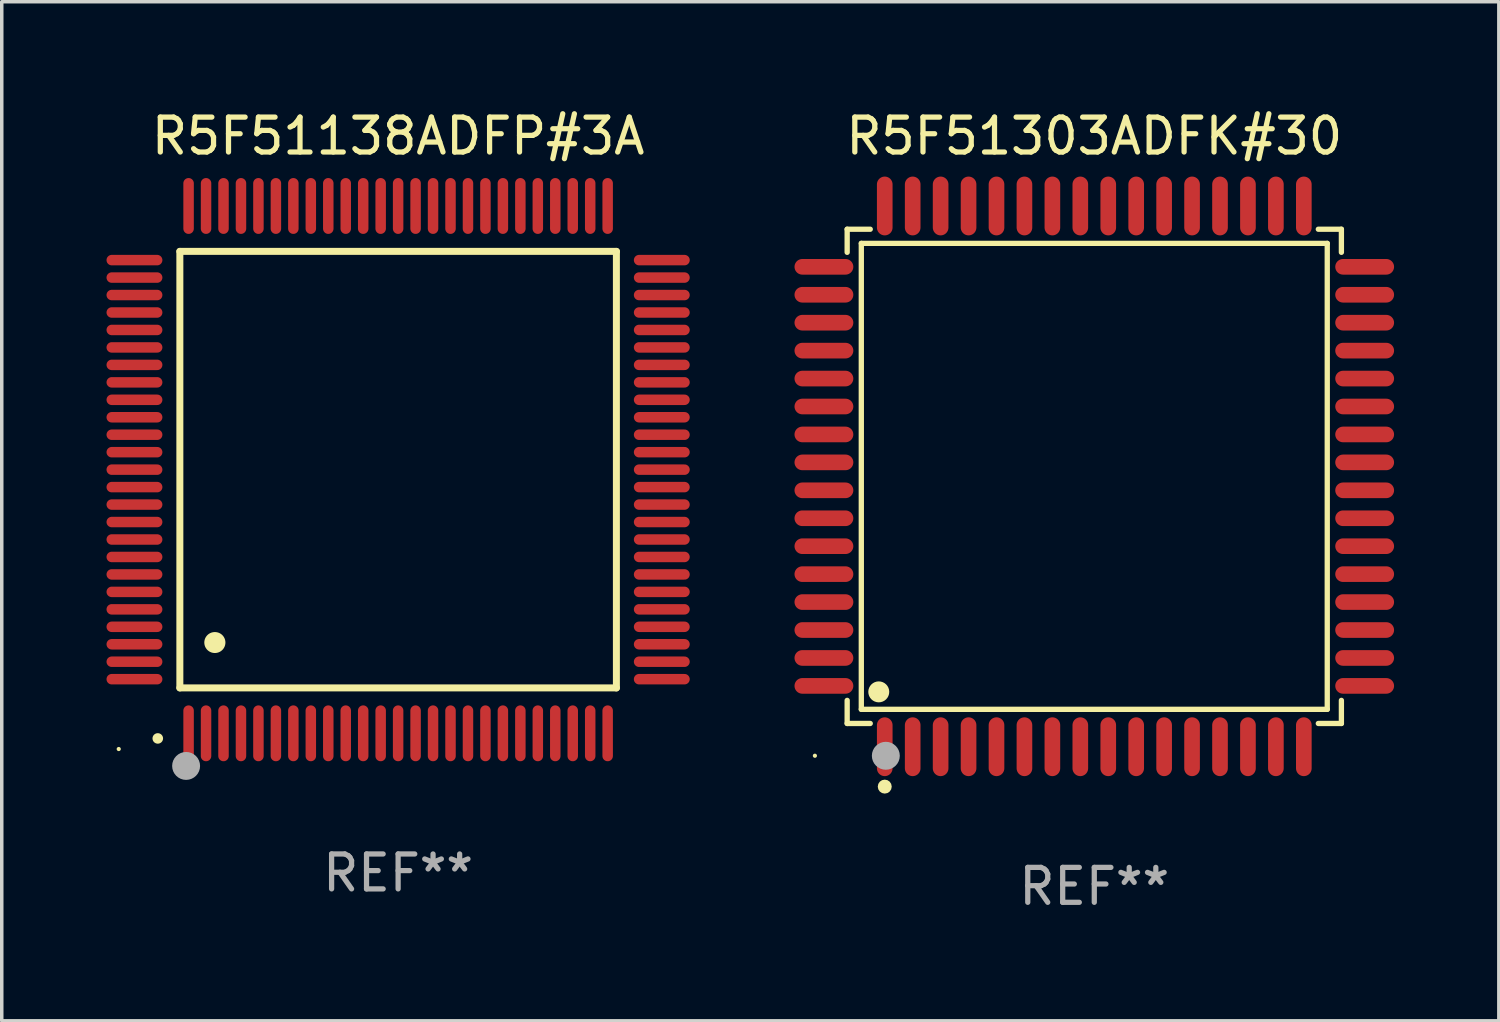
<source format=kicad_pcb>
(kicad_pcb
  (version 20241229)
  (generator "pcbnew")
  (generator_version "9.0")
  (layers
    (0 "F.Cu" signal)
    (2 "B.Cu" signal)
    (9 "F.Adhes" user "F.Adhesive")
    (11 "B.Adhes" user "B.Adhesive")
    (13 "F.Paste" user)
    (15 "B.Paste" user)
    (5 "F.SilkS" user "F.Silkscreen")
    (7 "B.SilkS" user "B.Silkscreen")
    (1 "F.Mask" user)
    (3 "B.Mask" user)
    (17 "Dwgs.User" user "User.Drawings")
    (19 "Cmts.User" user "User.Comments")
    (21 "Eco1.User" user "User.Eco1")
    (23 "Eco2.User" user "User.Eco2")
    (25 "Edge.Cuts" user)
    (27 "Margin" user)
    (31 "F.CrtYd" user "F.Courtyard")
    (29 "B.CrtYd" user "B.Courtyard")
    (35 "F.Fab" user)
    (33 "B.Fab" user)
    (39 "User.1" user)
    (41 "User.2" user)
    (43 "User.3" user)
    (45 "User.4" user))
  (footprint "R5F51138ADFP#3A"
    (layer "F.Cu")
    (at 8.35 10.398)
    (property "Reference" "R5F51138ADFP#3A" (at 0 -9.55 0) (layer "F.SilkS") (effects (font (size 1 1) (thickness 0.15))))
    (attr through_hole)
    (fp_line (start -6.25 -6.25) (end -6.25 6.25) (stroke (width 0.2) (type solid)) (layer "F.SilkS"))
    (fp_line (start -6.25 6.25) (end 6.25 6.25) (stroke (width 0.2) (type solid)) (layer "F.SilkS"))
    (fp_line (start 6.25 -6.25) (end -6.25 -6.25) (stroke (width 0.2) (type solid)) (layer "F.SilkS"))
    (fp_line (start 6.25 6.25) (end 6.25 -6.25) (stroke (width 0.2) (type solid)) (layer "F.SilkS"))
    (fp_arc (start -6.883414 7.696215) (mid -6.882144 7.69621) (end -6.880874 7.696215) (stroke (width 0.3) (type solid)) (layer "F.SilkS"))
    (fp_arc (start -5.250191 4.95047) (mid -5.247651 4.950459) (end -5.245111 4.95047) (stroke (width 0.6) (type solid)) (layer "F.SilkS"))
    (fp_circle (center -8 8) (end -7.97 8) (stroke (width 0.06) (type solid)) (fill no) (layer "F.SilkS"))
    (fp_circle (center -6.071 8.484) (end -5.871 8.484) (stroke (width 0.4) (type solid)) (fill no) (layer "F.Fab"))
    (fp_text user "REF**" (at 0 11.55 0) (layer "F.Fab") (effects (font (size 1 1) (thickness 0.15))))
    (pad "1" smd oval (at -6 7.55) (size 0.3 1.6) (layers "F.Cu" "F.Mask" "F.Paste"))
    (pad "2" smd oval (at -5.5 7.55) (size 0.3 1.6) (layers "F.Cu" "F.Mask" "F.Paste"))
    (pad "3" smd oval (at -5 7.55) (size 0.3 1.6) (layers "F.Cu" "F.Mask" "F.Paste"))
    (pad "4" smd oval (at -4.5 7.55) (size 0.3 1.6) (layers "F.Cu" "F.Mask" "F.Paste"))
    (pad "5" smd oval (at -4 7.55) (size 0.3 1.6) (layers "F.Cu" "F.Mask" "F.Paste"))
    (pad "6" smd oval (at -3.5 7.55) (size 0.3 1.6) (layers "F.Cu" "F.Mask" "F.Paste"))
    (pad "7" smd oval (at -3 7.55) (size 0.3 1.6) (layers "F.Cu" "F.Mask" "F.Paste"))
    (pad "8" smd oval (at -2.5 7.55) (size 0.3 1.6) (layers "F.Cu" "F.Mask" "F.Paste"))
    (pad "9" smd oval (at -2 7.55) (size 0.3 1.6) (layers "F.Cu" "F.Mask" "F.Paste"))
    (pad "10" smd oval (at -1.5 7.55) (size 0.3 1.6) (layers "F.Cu" "F.Mask" "F.Paste"))
    (pad "11" smd oval (at -1 7.55) (size 0.3 1.6) (layers "F.Cu" "F.Mask" "F.Paste"))
    (pad "12" smd oval (at -0.5 7.55) (size 0.3 1.6) (layers "F.Cu" "F.Mask" "F.Paste"))
    (pad "13" smd oval (at 0 7.55) (size 0.3 1.6) (layers "F.Cu" "F.Mask" "F.Paste"))
    (pad "14" smd oval (at 0.5 7.55) (size 0.3 1.6) (layers "F.Cu" "F.Mask" "F.Paste"))
    (pad "15" smd oval (at 1 7.55) (size 0.3 1.6) (layers "F.Cu" "F.Mask" "F.Paste"))
    (pad "16" smd oval (at 1.5 7.55) (size 0.3 1.6) (layers "F.Cu" "F.Mask" "F.Paste"))
    (pad "17" smd oval (at 2 7.55) (size 0.3 1.6) (layers "F.Cu" "F.Mask" "F.Paste"))
    (pad "18" smd oval (at 2.5 7.55) (size 0.3 1.6) (layers "F.Cu" "F.Mask" "F.Paste"))
    (pad "19" smd oval (at 3 7.55) (size 0.3 1.6) (layers "F.Cu" "F.Mask" "F.Paste"))
    (pad "20" smd oval (at 3.5 7.55) (size 0.3 1.6) (layers "F.Cu" "F.Mask" "F.Paste"))
    (pad "21" smd oval (at 4 7.55) (size 0.3 1.6) (layers "F.Cu" "F.Mask" "F.Paste"))
    (pad "22" smd oval (at 4.5 7.55) (size 0.3 1.6) (layers "F.Cu" "F.Mask" "F.Paste"))
    (pad "23" smd oval (at 5 7.55) (size 0.3 1.6) (layers "F.Cu" "F.Mask" "F.Paste"))
    (pad "24" smd oval (at 5.5 7.55) (size 0.3 1.6) (layers "F.Cu" "F.Mask" "F.Paste"))
    (pad "25" smd oval (at 6 7.55) (size 0.3 1.6) (layers "F.Cu" "F.Mask" "F.Paste"))
    (pad "26" smd oval (at 7.55 6) (size 1.6 0.3) (layers "F.Cu" "F.Mask" "F.Paste"))
    (pad "27" smd oval (at 7.55 5.5) (size 1.6 0.3) (layers "F.Cu" "F.Mask" "F.Paste"))
    (pad "28" smd oval (at 7.55 5) (size 1.6 0.3) (layers "F.Cu" "F.Mask" "F.Paste"))
    (pad "29" smd oval (at 7.55 4.5) (size 1.6 0.3) (layers "F.Cu" "F.Mask" "F.Paste"))
    (pad "30" smd oval (at 7.55 4) (size 1.6 0.3) (layers "F.Cu" "F.Mask" "F.Paste"))
    (pad "31" smd oval (at 7.55 3.5) (size 1.6 0.3) (layers "F.Cu" "F.Mask" "F.Paste"))
    (pad "32" smd oval (at 7.55 3) (size 1.6 0.3) (layers "F.Cu" "F.Mask" "F.Paste"))
    (pad "33" smd oval (at 7.55 2.5) (size 1.6 0.3) (layers "F.Cu" "F.Mask" "F.Paste"))
    (pad "34" smd oval (at 7.55 2) (size 1.6 0.3) (layers "F.Cu" "F.Mask" "F.Paste"))
    (pad "35" smd oval (at 7.55 1.5) (size 1.6 0.3) (layers "F.Cu" "F.Mask" "F.Paste"))
    (pad "36" smd oval (at 7.55 1) (size 1.6 0.3) (layers "F.Cu" "F.Mask" "F.Paste"))
    (pad "37" smd oval (at 7.55 0.5) (size 1.6 0.3) (layers "F.Cu" "F.Mask" "F.Paste"))
    (pad "38" smd oval (at 7.55 0) (size 1.6 0.3) (layers "F.Cu" "F.Mask" "F.Paste"))
    (pad "39" smd oval (at 7.55 -0.5) (size 1.6 0.3) (layers "F.Cu" "F.Mask" "F.Paste"))
    (pad "40" smd oval (at 7.55 -1) (size 1.6 0.3) (layers "F.Cu" "F.Mask" "F.Paste"))
    (pad "41" smd oval (at 7.55 -1.5) (size 1.6 0.3) (layers "F.Cu" "F.Mask" "F.Paste"))
    (pad "42" smd oval (at 7.55 -2) (size 1.6 0.3) (layers "F.Cu" "F.Mask" "F.Paste"))
    (pad "43" smd oval (at 7.55 -2.5) (size 1.6 0.3) (layers "F.Cu" "F.Mask" "F.Paste"))
    (pad "44" smd oval (at 7.55 -3) (size 1.6 0.3) (layers "F.Cu" "F.Mask" "F.Paste"))
    (pad "45" smd oval (at 7.55 -3.5) (size 1.6 0.3) (layers "F.Cu" "F.Mask" "F.Paste"))
    (pad "46" smd oval (at 7.55 -4) (size 1.6 0.3) (layers "F.Cu" "F.Mask" "F.Paste"))
    (pad "47" smd oval (at 7.55 -4.5) (size 1.6 0.3) (layers "F.Cu" "F.Mask" "F.Paste"))
    (pad "48" smd oval (at 7.55 -5) (size 1.6 0.3) (layers "F.Cu" "F.Mask" "F.Paste"))
    (pad "49" smd oval (at 7.55 -5.5) (size 1.6 0.3) (layers "F.Cu" "F.Mask" "F.Paste"))
    (pad "50" smd oval (at 7.55 -6) (size 1.6 0.3) (layers "F.Cu" "F.Mask" "F.Paste"))
    (pad "51" smd oval (at 6 -7.55) (size 0.3 1.6) (layers "F.Cu" "F.Mask" "F.Paste"))
    (pad "52" smd oval (at 5.5 -7.55) (size 0.3 1.6) (layers "F.Cu" "F.Mask" "F.Paste"))
    (pad "53" smd oval (at 5 -7.55) (size 0.3 1.6) (layers "F.Cu" "F.Mask" "F.Paste"))
    (pad "54" smd oval (at 4.5 -7.55) (size 0.3 1.6) (layers "F.Cu" "F.Mask" "F.Paste"))
    (pad "55" smd oval (at 4 -7.55) (size 0.3 1.6) (layers "F.Cu" "F.Mask" "F.Paste"))
    (pad "56" smd oval (at 3.5 -7.55) (size 0.3 1.6) (layers "F.Cu" "F.Mask" "F.Paste"))
    (pad "57" smd oval (at 3 -7.55) (size 0.3 1.6) (layers "F.Cu" "F.Mask" "F.Paste"))
    (pad "58" smd oval (at 2.5 -7.55) (size 0.3 1.6) (layers "F.Cu" "F.Mask" "F.Paste"))
    (pad "59" smd oval (at 2 -7.55) (size 0.3 1.6) (layers "F.Cu" "F.Mask" "F.Paste"))
    (pad "60" smd oval (at 1.5 -7.55) (size 0.3 1.6) (layers "F.Cu" "F.Mask" "F.Paste"))
    (pad "61" smd oval (at 1 -7.55) (size 0.3 1.6) (layers "F.Cu" "F.Mask" "F.Paste"))
    (pad "62" smd oval (at 0.5 -7.55) (size 0.3 1.6) (layers "F.Cu" "F.Mask" "F.Paste"))
    (pad "63" smd oval (at 0 -7.55) (size 0.3 1.6) (layers "F.Cu" "F.Mask" "F.Paste"))
    (pad "64" smd oval (at -0.5 -7.55) (size 0.3 1.6) (layers "F.Cu" "F.Mask" "F.Paste"))
    (pad "65" smd oval (at -1 -7.55) (size 0.3 1.6) (layers "F.Cu" "F.Mask" "F.Paste"))
    (pad "66" smd oval (at -1.5 -7.55) (size 0.3 1.6) (layers "F.Cu" "F.Mask" "F.Paste"))
    (pad "67" smd oval (at -2 -7.55) (size 0.3 1.6) (layers "F.Cu" "F.Mask" "F.Paste"))
    (pad "68" smd oval (at -2.5 -7.55) (size 0.3 1.6) (layers "F.Cu" "F.Mask" "F.Paste"))
    (pad "69" smd oval (at -3 -7.55) (size 0.3 1.6) (layers "F.Cu" "F.Mask" "F.Paste"))
    (pad "70" smd oval (at -3.5 -7.55) (size 0.3 1.6) (layers "F.Cu" "F.Mask" "F.Paste"))
    (pad "71" smd oval (at -4 -7.55) (size 0.3 1.6) (layers "F.Cu" "F.Mask" "F.Paste"))
    (pad "72" smd oval (at -4.5 -7.55) (size 0.3 1.6) (layers "F.Cu" "F.Mask" "F.Paste"))
    (pad "73" smd oval (at -5 -7.55) (size 0.3 1.6) (layers "F.Cu" "F.Mask" "F.Paste"))
    (pad "74" smd oval (at -5.5 -7.55) (size 0.3 1.6) (layers "F.Cu" "F.Mask" "F.Paste"))
    (pad "75" smd oval (at -6 -7.55) (size 0.3 1.6) (layers "F.Cu" "F.Mask" "F.Paste"))
    (pad "76" smd oval (at -7.55 -6) (size 1.6 0.3) (layers "F.Cu" "F.Mask" "F.Paste"))
    (pad "77" smd oval (at -7.55 -5.5) (size 1.6 0.3) (layers "F.Cu" "F.Mask" "F.Paste"))
    (pad "78" smd oval (at -7.55 -5) (size 1.6 0.3) (layers "F.Cu" "F.Mask" "F.Paste"))
    (pad "79" smd oval (at -7.55 -4.5) (size 1.6 0.3) (layers "F.Cu" "F.Mask" "F.Paste"))
    (pad "80" smd oval (at -7.55 -4) (size 1.6 0.3) (layers "F.Cu" "F.Mask" "F.Paste"))
    (pad "81" smd oval (at -7.55 -3.5) (size 1.6 0.3) (layers "F.Cu" "F.Mask" "F.Paste"))
    (pad "82" smd oval (at -7.55 -3) (size 1.6 0.3) (layers "F.Cu" "F.Mask" "F.Paste"))
    (pad "83" smd oval (at -7.55 -2.5) (size 1.6 0.3) (layers "F.Cu" "F.Mask" "F.Paste"))
    (pad "84" smd oval (at -7.55 -2) (size 1.6 0.3) (layers "F.Cu" "F.Mask" "F.Paste"))
    (pad "85" smd oval (at -7.55 -1.5) (size 1.6 0.3) (layers "F.Cu" "F.Mask" "F.Paste"))
    (pad "86" smd oval (at -7.55 -1) (size 1.6 0.3) (layers "F.Cu" "F.Mask" "F.Paste"))
    (pad "87" smd oval (at -7.55 -0.5) (size 1.6 0.3) (layers "F.Cu" "F.Mask" "F.Paste"))
    (pad "88" smd oval (at -7.55 0) (size 1.6 0.3) (layers "F.Cu" "F.Mask" "F.Paste"))
    (pad "89" smd oval (at -7.55 0.5) (size 1.6 0.3) (layers "F.Cu" "F.Mask" "F.Paste"))
    (pad "90" smd oval (at -7.55 1) (size 1.6 0.3) (layers "F.Cu" "F.Mask" "F.Paste"))
    (pad "91" smd oval (at -7.55 1.5) (size 1.6 0.3) (layers "F.Cu" "F.Mask" "F.Paste"))
    (pad "92" smd oval (at -7.55 2) (size 1.6 0.3) (layers "F.Cu" "F.Mask" "F.Paste"))
    (pad "93" smd oval (at -7.55 2.5) (size 1.6 0.3) (layers "F.Cu" "F.Mask" "F.Paste"))
    (pad "94" smd oval (at -7.55 3) (size 1.6 0.3) (layers "F.Cu" "F.Mask" "F.Paste"))
    (pad "95" smd oval (at -7.55 3.5) (size 1.6 0.3) (layers "F.Cu" "F.Mask" "F.Paste"))
    (pad "96" smd oval (at -7.55 4) (size 1.6 0.3) (layers "F.Cu" "F.Mask" "F.Paste"))
    (pad "97" smd oval (at -7.55 4.5) (size 1.6 0.3) (layers "F.Cu" "F.Mask" "F.Paste"))
    (pad "98" smd oval (at -7.55 5) (size 1.6 0.3) (layers "F.Cu" "F.Mask" "F.Paste"))
    (pad "99" smd oval (at -7.55 5.5) (size 1.6 0.3) (layers "F.Cu" "F.Mask" "F.Paste"))
    (pad "100" smd oval (at -7.55 6) (size 1.6 0.3) (layers "F.Cu" "F.Mask" "F.Paste")))
  (footprint "R5F51303ADFK#30"
    (layer "F.Cu")
    (at 28.284 10.59)
    (property "Reference" "R5F51303ADFK#30" (at 0 -9.742 0) (layer "F.SilkS") (effects (font (size 1 1) (thickness 0.15))))
    (attr through_hole)
    (fp_line (start -7.076 -7.076) (end -6.415 -7.076) (stroke (width 0.152) (type solid)) (layer "F.SilkS"))
    (fp_line (start -7.076 -6.415) (end -7.076 -7.076) (stroke (width 0.152) (type solid)) (layer "F.SilkS"))
    (fp_line (start -7.076 6.415) (end -7.076 7.076) (stroke (width 0.152) (type solid)) (layer "F.SilkS"))
    (fp_line (start -7.076 7.076) (end -6.415 7.076) (stroke (width 0.152) (type solid)) (layer "F.SilkS"))
    (fp_line (start -6.671 -6.671) (end 6.671 -6.671) (stroke (width 0.152) (type solid)) (layer "F.SilkS"))
    (fp_line (start -6.671 6.671) (end -6.671 -6.671) (stroke (width 0.152) (type solid)) (layer "F.SilkS"))
    (fp_line (start 6.671 -6.671) (end 6.671 6.671) (stroke (width 0.152) (type solid)) (layer "F.SilkS"))
    (fp_line (start 6.671 6.671) (end -6.671 6.671) (stroke (width 0.152) (type solid)) (layer "F.SilkS"))
    (fp_line (start 7.076 -7.076) (end 6.415 -7.076) (stroke (width 0.152) (type solid)) (layer "F.SilkS"))
    (fp_line (start 7.076 -6.415) (end 7.076 -7.076) (stroke (width 0.152) (type solid)) (layer "F.SilkS"))
    (fp_line (start 7.076 6.415) (end 7.076 7.076) (stroke (width 0.152) (type solid)) (layer "F.SilkS"))
    (fp_line (start 7.076 7.076) (end 6.415 7.076) (stroke (width 0.152) (type solid)) (layer "F.SilkS"))
    (fp_circle (center -8 8) (end -7.97 8) (stroke (width 0.06) (type solid)) (fill no) (layer "F.SilkS"))
    (fp_circle (center -6.171 6.171) (end -6.021 6.171) (stroke (width 0.3) (type solid)) (fill no) (layer "F.SilkS"))
    (fp_circle (center -6 8.884) (end -5.9 8.884) (stroke (width 0.2) (type solid)) (fill no) (layer "F.SilkS"))
    (fp_circle (center -5.969 8.001) (end -5.769 8.001) (stroke (width 0.4) (type solid)) (fill no) (layer "F.Fab"))
    (fp_text user "REF**" (at 0 11.742 0) (layer "F.Fab") (effects (font (size 1 1) (thickness 0.15))))
    (pad "1" smd oval (at -6 7.742) (size 0.448 1.684) (layers "F.Cu" "F.Mask" "F.Paste"))
    (pad "2" smd oval (at -5.2 7.742) (size 0.448 1.684) (layers "F.Cu" "F.Mask" "F.Paste"))
    (pad "3" smd oval (at -4.4 7.742) (size 0.448 1.684) (layers "F.Cu" "F.Mask" "F.Paste"))
    (pad "4" smd oval (at -3.6 7.742) (size 0.448 1.684) (layers "F.Cu" "F.Mask" "F.Paste"))
    (pad "5" smd oval (at -2.8 7.742) (size 0.448 1.684) (layers "F.Cu" "F.Mask" "F.Paste"))
    (pad "6" smd oval (at -2 7.742) (size 0.448 1.684) (layers "F.Cu" "F.Mask" "F.Paste"))
    (pad "7" smd oval (at -1.2 7.742) (size 0.448 1.684) (layers "F.Cu" "F.Mask" "F.Paste"))
    (pad "8" smd oval (at -0.4 7.742) (size 0.448 1.684) (layers "F.Cu" "F.Mask" "F.Paste"))
    (pad "9" smd oval (at 0.4 7.742) (size 0.448 1.684) (layers "F.Cu" "F.Mask" "F.Paste"))
    (pad "10" smd oval (at 1.2 7.742) (size 0.448 1.684) (layers "F.Cu" "F.Mask" "F.Paste"))
    (pad "11" smd oval (at 2 7.742) (size 0.448 1.684) (layers "F.Cu" "F.Mask" "F.Paste"))
    (pad "12" smd oval (at 2.8 7.742) (size 0.448 1.684) (layers "F.Cu" "F.Mask" "F.Paste"))
    (pad "13" smd oval (at 3.6 7.742) (size 0.448 1.684) (layers "F.Cu" "F.Mask" "F.Paste"))
    (pad "14" smd oval (at 4.4 7.742) (size 0.448 1.684) (layers "F.Cu" "F.Mask" "F.Paste"))
    (pad "15" smd oval (at 5.2 7.742) (size 0.448 1.684) (layers "F.Cu" "F.Mask" "F.Paste"))
    (pad "16" smd oval (at 6 7.742) (size 0.448 1.684) (layers "F.Cu" "F.Mask" "F.Paste"))
    (pad "17" smd oval (at 7.742 6) (size 1.684 0.448) (layers "F.Cu" "F.Mask" "F.Paste"))
    (pad "18" smd oval (at 7.742 5.2) (size 1.684 0.448) (layers "F.Cu" "F.Mask" "F.Paste"))
    (pad "19" smd oval (at 7.742 4.4) (size 1.684 0.448) (layers "F.Cu" "F.Mask" "F.Paste"))
    (pad "20" smd oval (at 7.742 3.6) (size 1.684 0.448) (layers "F.Cu" "F.Mask" "F.Paste"))
    (pad "21" smd oval (at 7.742 2.8) (size 1.684 0.448) (layers "F.Cu" "F.Mask" "F.Paste"))
    (pad "22" smd oval (at 7.742 2) (size 1.684 0.448) (layers "F.Cu" "F.Mask" "F.Paste"))
    (pad "23" smd oval (at 7.742 1.2) (size 1.684 0.448) (layers "F.Cu" "F.Mask" "F.Paste"))
    (pad "24" smd oval (at 7.742 0.4) (size 1.684 0.448) (layers "F.Cu" "F.Mask" "F.Paste"))
    (pad "25" smd oval (at 7.742 -0.4) (size 1.684 0.448) (layers "F.Cu" "F.Mask" "F.Paste"))
    (pad "26" smd oval (at 7.742 -1.2) (size 1.684 0.448) (layers "F.Cu" "F.Mask" "F.Paste"))
    (pad "27" smd oval (at 7.742 -2) (size 1.684 0.448) (layers "F.Cu" "F.Mask" "F.Paste"))
    (pad "28" smd oval (at 7.742 -2.8) (size 1.684 0.448) (layers "F.Cu" "F.Mask" "F.Paste"))
    (pad "29" smd oval (at 7.742 -3.6) (size 1.684 0.448) (layers "F.Cu" "F.Mask" "F.Paste"))
    (pad "30" smd oval (at 7.742 -4.4) (size 1.684 0.448) (layers "F.Cu" "F.Mask" "F.Paste"))
    (pad "31" smd oval (at 7.742 -5.2) (size 1.684 0.448) (layers "F.Cu" "F.Mask" "F.Paste"))
    (pad "32" smd oval (at 7.742 -6) (size 1.684 0.448) (layers "F.Cu" "F.Mask" "F.Paste"))
    (pad "33" smd oval (at 6 -7.742) (size 0.448 1.684) (layers "F.Cu" "F.Mask" "F.Paste"))
    (pad "34" smd oval (at 5.2 -7.742) (size 0.448 1.684) (layers "F.Cu" "F.Mask" "F.Paste"))
    (pad "35" smd oval (at 4.4 -7.742) (size 0.448 1.684) (layers "F.Cu" "F.Mask" "F.Paste"))
    (pad "36" smd oval (at 3.6 -7.742) (size 0.448 1.684) (layers "F.Cu" "F.Mask" "F.Paste"))
    (pad "37" smd oval (at 2.8 -7.742) (size 0.448 1.684) (layers "F.Cu" "F.Mask" "F.Paste"))
    (pad "38" smd oval (at 2 -7.742) (size 0.448 1.684) (layers "F.Cu" "F.Mask" "F.Paste"))
    (pad "39" smd oval (at 1.2 -7.742) (size 0.448 1.684) (layers "F.Cu" "F.Mask" "F.Paste"))
    (pad "40" smd oval (at 0.4 -7.742) (size 0.448 1.684) (layers "F.Cu" "F.Mask" "F.Paste"))
    (pad "41" smd oval (at -0.4 -7.742) (size 0.448 1.684) (layers "F.Cu" "F.Mask" "F.Paste"))
    (pad "42" smd oval (at -1.2 -7.742) (size 0.448 1.684) (layers "F.Cu" "F.Mask" "F.Paste"))
    (pad "43" smd oval (at -2 -7.742) (size 0.448 1.684) (layers "F.Cu" "F.Mask" "F.Paste"))
    (pad "44" smd oval (at -2.8 -7.742) (size 0.448 1.684) (layers "F.Cu" "F.Mask" "F.Paste"))
    (pad "45" smd oval (at -3.6 -7.742) (size 0.448 1.684) (layers "F.Cu" "F.Mask" "F.Paste"))
    (pad "46" smd oval (at -4.4 -7.742) (size 0.448 1.684) (layers "F.Cu" "F.Mask" "F.Paste"))
    (pad "47" smd oval (at -5.2 -7.742) (size 0.448 1.684) (layers "F.Cu" "F.Mask" "F.Paste"))
    (pad "48" smd oval (at -6 -7.742) (size 0.448 1.684) (layers "F.Cu" "F.Mask" "F.Paste"))
    (pad "49" smd oval (at -7.742 -6) (size 1.684 0.448) (layers "F.Cu" "F.Mask" "F.Paste"))
    (pad "50" smd oval (at -7.742 -5.2) (size 1.684 0.448) (layers "F.Cu" "F.Mask" "F.Paste"))
    (pad "51" smd oval (at -7.742 -4.4) (size 1.684 0.448) (layers "F.Cu" "F.Mask" "F.Paste"))
    (pad "52" smd oval (at -7.742 -3.6) (size 1.684 0.448) (layers "F.Cu" "F.Mask" "F.Paste"))
    (pad "53" smd oval (at -7.742 -2.8) (size 1.684 0.448) (layers "F.Cu" "F.Mask" "F.Paste"))
    (pad "54" smd oval (at -7.742 -2) (size 1.684 0.448) (layers "F.Cu" "F.Mask" "F.Paste"))
    (pad "55" smd oval (at -7.742 -1.2) (size 1.684 0.448) (layers "F.Cu" "F.Mask" "F.Paste"))
    (pad "56" smd oval (at -7.742 -0.4) (size 1.684 0.448) (layers "F.Cu" "F.Mask" "F.Paste"))
    (pad "57" smd oval (at -7.742 0.4) (size 1.684 0.448) (layers "F.Cu" "F.Mask" "F.Paste"))
    (pad "58" smd oval (at -7.742 1.2) (size 1.684 0.448) (layers "F.Cu" "F.Mask" "F.Paste"))
    (pad "59" smd oval (at -7.742 2) (size 1.684 0.448) (layers "F.Cu" "F.Mask" "F.Paste"))
    (pad "60" smd oval (at -7.742 2.8) (size 1.684 0.448) (layers "F.Cu" "F.Mask" "F.Paste"))
    (pad "61" smd oval (at -7.742 3.6) (size 1.684 0.448) (layers "F.Cu" "F.Mask" "F.Paste"))
    (pad "62" smd oval (at -7.742 4.4) (size 1.684 0.448) (layers "F.Cu" "F.Mask" "F.Paste"))
    (pad "63" smd oval (at -7.742 5.2) (size 1.684 0.448) (layers "F.Cu" "F.Mask" "F.Paste"))
    (pad "64" smd oval (at -7.742 6) (size 1.684 0.448) (layers "F.Cu" "F.Mask" "F.Paste")))
  (gr_rect
    (start -3 -3)
    (end 39.868 26.18)
    (stroke (width 0.1) (type default))
    (fill no)
    (layer "Edge.Cuts")))
</source>
